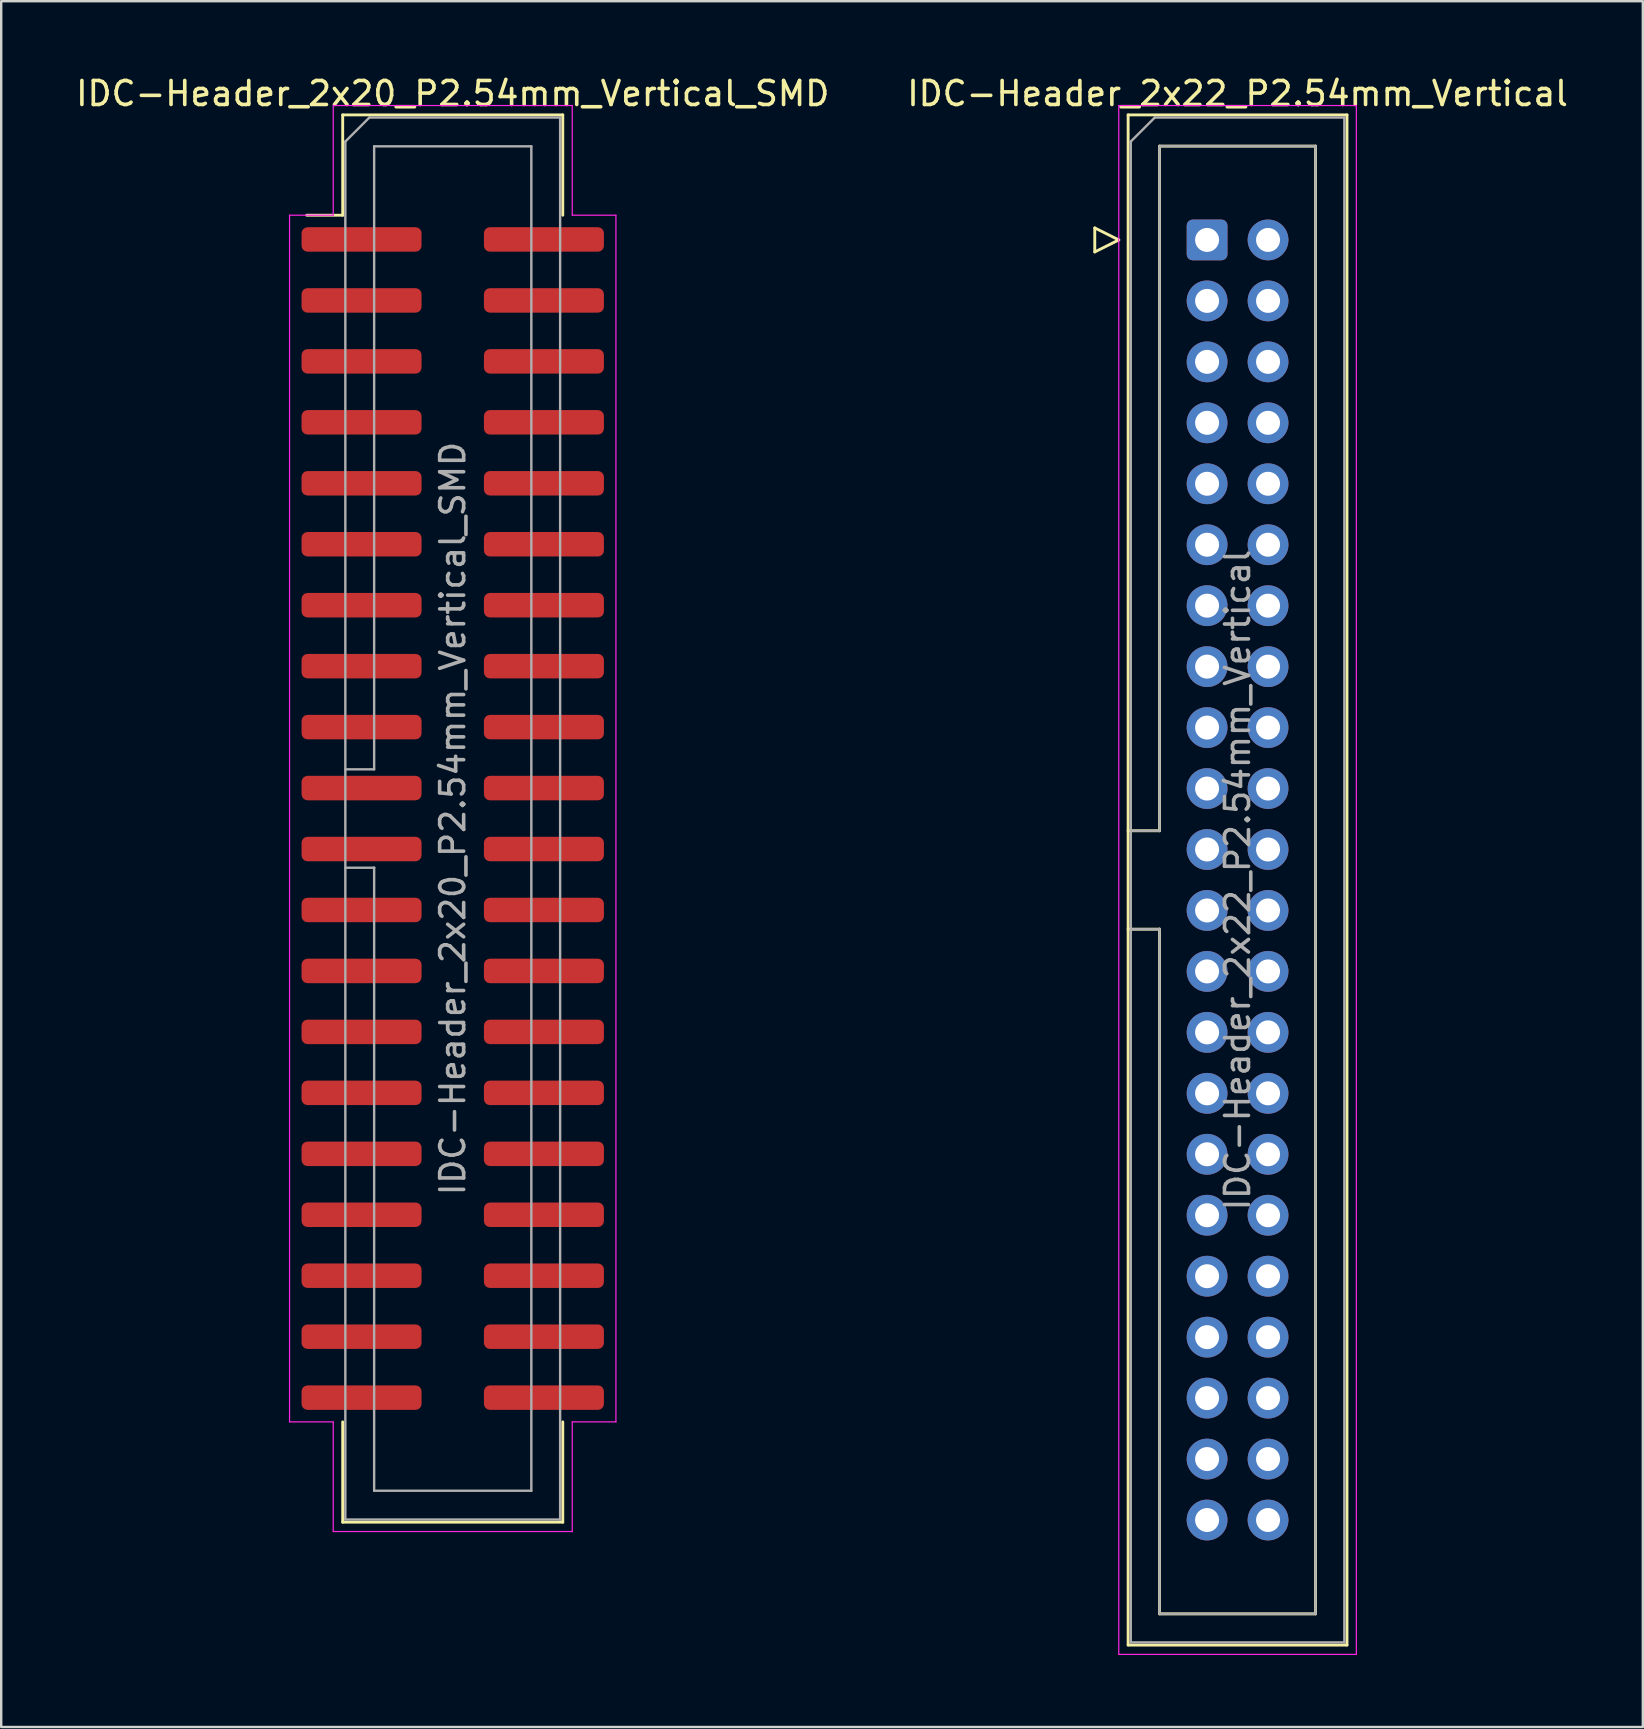
<source format=kicad_pcb>
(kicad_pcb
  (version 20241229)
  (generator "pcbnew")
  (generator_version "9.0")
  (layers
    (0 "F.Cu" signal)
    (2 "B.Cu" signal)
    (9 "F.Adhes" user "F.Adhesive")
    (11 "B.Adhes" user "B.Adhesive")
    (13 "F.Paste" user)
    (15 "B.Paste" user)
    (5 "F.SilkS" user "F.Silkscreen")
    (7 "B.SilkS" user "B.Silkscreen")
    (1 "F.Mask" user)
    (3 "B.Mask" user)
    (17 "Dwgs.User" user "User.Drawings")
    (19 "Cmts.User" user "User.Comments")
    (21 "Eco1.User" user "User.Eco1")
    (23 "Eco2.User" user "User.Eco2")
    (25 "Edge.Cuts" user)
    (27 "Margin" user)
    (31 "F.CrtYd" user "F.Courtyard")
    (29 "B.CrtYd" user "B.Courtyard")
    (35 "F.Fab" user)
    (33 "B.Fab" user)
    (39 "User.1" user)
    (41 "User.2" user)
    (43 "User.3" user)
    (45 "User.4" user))
  (footprint "IDC-Header_2x22_P2.54mm_Vertical"
    (layer "F.Cu")
    (at 47.248 6.948)
    (property "Reference" "IDC-Header_2x22_P2.54mm_Vertical" (at 1.27 -6.1 0) (layer "F.SilkS") (effects (font (size 1 1) (thickness 0.15))))
    (attr through_hole)
    (fp_line (start -4.68 -0.5) (end -4.68 0.5) (stroke (width 0.12) (type solid)) (layer "F.SilkS"))
    (fp_line (start -4.68 0.5) (end -3.68 0) (stroke (width 0.12) (type solid)) (layer "F.SilkS"))
    (fp_line (start -3.68 0) (end -4.68 -0.5) (stroke (width 0.12) (type solid)) (layer "F.SilkS"))
    (fp_line (start -3.29 -5.21) (end 5.83 -5.21) (stroke (width 0.12) (type solid)) (layer "F.SilkS"))
    (fp_line (start -3.29 24.62) (end -1.98 24.62) (stroke (width 0.12) (type solid)) (layer "F.SilkS"))
    (fp_line (start -3.29 58.55) (end -3.29 -5.21) (stroke (width 0.12) (type solid)) (layer "F.SilkS"))
    (fp_line (start -1.98 -3.91) (end 4.52 -3.91) (stroke (width 0.12) (type solid)) (layer "F.SilkS"))
    (fp_line (start -1.98 24.62) (end -1.98 -3.91) (stroke (width 0.12) (type solid)) (layer "F.SilkS"))
    (fp_line (start -1.98 28.72) (end -3.29 28.72) (stroke (width 0.12) (type solid)) (layer "F.SilkS"))
    (fp_line (start -1.98 28.72) (end -1.98 28.72) (stroke (width 0.12) (type solid)) (layer "F.SilkS"))
    (fp_line (start -1.98 57.25) (end -1.98 28.72) (stroke (width 0.12) (type solid)) (layer "F.SilkS"))
    (fp_line (start 4.52 -3.91) (end 4.52 57.25) (stroke (width 0.12) (type solid)) (layer "F.SilkS"))
    (fp_line (start 4.52 57.25) (end -1.98 57.25) (stroke (width 0.12) (type solid)) (layer "F.SilkS"))
    (fp_line (start 5.83 -5.21) (end 5.83 58.55) (stroke (width 0.12) (type solid)) (layer "F.SilkS"))
    (fp_line (start 5.83 58.55) (end -3.29 58.55) (stroke (width 0.12) (type solid)) (layer "F.SilkS"))
    (fp_line (start -3.68 -5.6) (end -3.68 58.94) (stroke (width 0.05) (type solid)) (layer "F.CrtYd"))
    (fp_line (start -3.68 58.94) (end 6.22 58.94) (stroke (width 0.05) (type solid)) (layer "F.CrtYd"))
    (fp_line (start 6.22 -5.6) (end -3.68 -5.6) (stroke (width 0.05) (type solid)) (layer "F.CrtYd"))
    (fp_line (start 6.22 58.94) (end 6.22 -5.6) (stroke (width 0.05) (type solid)) (layer "F.CrtYd"))
    (fp_line (start -3.18 -4.1) (end -2.18 -5.1) (stroke (width 0.1) (type solid)) (layer "F.Fab"))
    (fp_line (start -3.18 24.62) (end -1.98 24.62) (stroke (width 0.1) (type solid)) (layer "F.Fab"))
    (fp_line (start -3.18 58.44) (end -3.18 -4.1) (stroke (width 0.1) (type solid)) (layer "F.Fab"))
    (fp_line (start -2.18 -5.1) (end 5.72 -5.1) (stroke (width 0.1) (type solid)) (layer "F.Fab"))
    (fp_line (start -1.98 -3.91) (end 4.52 -3.91) (stroke (width 0.1) (type solid)) (layer "F.Fab"))
    (fp_line (start -1.98 24.62) (end -1.98 -3.91) (stroke (width 0.1) (type solid)) (layer "F.Fab"))
    (fp_line (start -1.98 28.72) (end -3.18 28.72) (stroke (width 0.1) (type solid)) (layer "F.Fab"))
    (fp_line (start -1.98 28.72) (end -1.98 28.72) (stroke (width 0.1) (type solid)) (layer "F.Fab"))
    (fp_line (start -1.98 57.25) (end -1.98 28.72) (stroke (width 0.1) (type solid)) (layer "F.Fab"))
    (fp_line (start 4.52 -3.91) (end 4.52 57.25) (stroke (width 0.1) (type solid)) (layer "F.Fab"))
    (fp_line (start 4.52 57.25) (end -1.98 57.25) (stroke (width 0.1) (type solid)) (layer "F.Fab"))
    (fp_line (start 5.72 -5.1) (end 5.72 58.44) (stroke (width 0.1) (type solid)) (layer "F.Fab"))
    (fp_line (start 5.72 58.44) (end -3.18 58.44) (stroke (width 0.1) (type solid)) (layer "F.Fab"))
    (fp_text user "${REFERENCE}" (at 1.27 26.67 90) (layer "F.Fab") (effects (font (size 1 1) (thickness 0.15))))
    (pad "1" thru_hole roundrect (at 0 0) (size 1.7 1.7) (drill 1) (layers "*.Cu" "*.Mask") (roundrect_rratio 0.147))
    (pad "2" thru_hole circle (at 2.54 0) (size 1.7 1.7) (drill 1) (layers "*.Cu" "*.Mask"))
    (pad "3" thru_hole circle (at 0 2.54) (size 1.7 1.7) (drill 1) (layers "*.Cu" "*.Mask"))
    (pad "4" thru_hole circle (at 2.54 2.54) (size 1.7 1.7) (drill 1) (layers "*.Cu" "*.Mask"))
    (pad "5" thru_hole circle (at 0 5.08) (size 1.7 1.7) (drill 1) (layers "*.Cu" "*.Mask"))
    (pad "6" thru_hole circle (at 2.54 5.08) (size 1.7 1.7) (drill 1) (layers "*.Cu" "*.Mask"))
    (pad "7" thru_hole circle (at 0 7.62) (size 1.7 1.7) (drill 1) (layers "*.Cu" "*.Mask"))
    (pad "8" thru_hole circle (at 2.54 7.62) (size 1.7 1.7) (drill 1) (layers "*.Cu" "*.Mask"))
    (pad "9" thru_hole circle (at 0 10.16) (size 1.7 1.7) (drill 1) (layers "*.Cu" "*.Mask"))
    (pad "10" thru_hole circle (at 2.54 10.16) (size 1.7 1.7) (drill 1) (layers "*.Cu" "*.Mask"))
    (pad "11" thru_hole circle (at 0 12.7) (size 1.7 1.7) (drill 1) (layers "*.Cu" "*.Mask"))
    (pad "12" thru_hole circle (at 2.54 12.7) (size 1.7 1.7) (drill 1) (layers "*.Cu" "*.Mask"))
    (pad "13" thru_hole circle (at 0 15.24) (size 1.7 1.7) (drill 1) (layers "*.Cu" "*.Mask"))
    (pad "14" thru_hole circle (at 2.54 15.24) (size 1.7 1.7) (drill 1) (layers "*.Cu" "*.Mask"))
    (pad "15" thru_hole circle (at 0 17.78) (size 1.7 1.7) (drill 1) (layers "*.Cu" "*.Mask"))
    (pad "16" thru_hole circle (at 2.54 17.78) (size 1.7 1.7) (drill 1) (layers "*.Cu" "*.Mask"))
    (pad "17" thru_hole circle (at 0 20.32) (size 1.7 1.7) (drill 1) (layers "*.Cu" "*.Mask"))
    (pad "18" thru_hole circle (at 2.54 20.32) (size 1.7 1.7) (drill 1) (layers "*.Cu" "*.Mask"))
    (pad "19" thru_hole circle (at 0 22.86) (size 1.7 1.7) (drill 1) (layers "*.Cu" "*.Mask"))
    (pad "20" thru_hole circle (at 2.54 22.86) (size 1.7 1.7) (drill 1) (layers "*.Cu" "*.Mask"))
    (pad "21" thru_hole circle (at 0 25.4) (size 1.7 1.7) (drill 1) (layers "*.Cu" "*.Mask"))
    (pad "22" thru_hole circle (at 2.54 25.4) (size 1.7 1.7) (drill 1) (layers "*.Cu" "*.Mask"))
    (pad "23" thru_hole circle (at 0 27.94) (size 1.7 1.7) (drill 1) (layers "*.Cu" "*.Mask"))
    (pad "24" thru_hole circle (at 2.54 27.94) (size 1.7 1.7) (drill 1) (layers "*.Cu" "*.Mask"))
    (pad "25" thru_hole circle (at 0 30.48) (size 1.7 1.7) (drill 1) (layers "*.Cu" "*.Mask"))
    (pad "26" thru_hole circle (at 2.54 30.48) (size 1.7 1.7) (drill 1) (layers "*.Cu" "*.Mask"))
    (pad "27" thru_hole circle (at 0 33.02) (size 1.7 1.7) (drill 1) (layers "*.Cu" "*.Mask"))
    (pad "28" thru_hole circle (at 2.54 33.02) (size 1.7 1.7) (drill 1) (layers "*.Cu" "*.Mask"))
    (pad "29" thru_hole circle (at 0 35.56) (size 1.7 1.7) (drill 1) (layers "*.Cu" "*.Mask"))
    (pad "30" thru_hole circle (at 2.54 35.56) (size 1.7 1.7) (drill 1) (layers "*.Cu" "*.Mask"))
    (pad "31" thru_hole circle (at 0 38.1) (size 1.7 1.7) (drill 1) (layers "*.Cu" "*.Mask"))
    (pad "32" thru_hole circle (at 2.54 38.1) (size 1.7 1.7) (drill 1) (layers "*.Cu" "*.Mask"))
    (pad "33" thru_hole circle (at 0 40.64) (size 1.7 1.7) (drill 1) (layers "*.Cu" "*.Mask"))
    (pad "34" thru_hole circle (at 2.54 40.64) (size 1.7 1.7) (drill 1) (layers "*.Cu" "*.Mask"))
    (pad "35" thru_hole circle (at 0 43.18) (size 1.7 1.7) (drill 1) (layers "*.Cu" "*.Mask"))
    (pad "36" thru_hole circle (at 2.54 43.18) (size 1.7 1.7) (drill 1) (layers "*.Cu" "*.Mask"))
    (pad "37" thru_hole circle (at 0 45.72) (size 1.7 1.7) (drill 1) (layers "*.Cu" "*.Mask"))
    (pad "38" thru_hole circle (at 2.54 45.72) (size 1.7 1.7) (drill 1) (layers "*.Cu" "*.Mask"))
    (pad "39" thru_hole circle (at 0 48.26) (size 1.7 1.7) (drill 1) (layers "*.Cu" "*.Mask"))
    (pad "40" thru_hole circle (at 2.54 48.26) (size 1.7 1.7) (drill 1) (layers "*.Cu" "*.Mask"))
    (pad "41" thru_hole circle (at 0 50.8) (size 1.7 1.7) (drill 1) (layers "*.Cu" "*.Mask"))
    (pad "42" thru_hole circle (at 2.54 50.8) (size 1.7 1.7) (drill 1) (layers "*.Cu" "*.Mask"))
    (pad "43" thru_hole circle (at 0 53.34) (size 1.7 1.7) (drill 1) (layers "*.Cu" "*.Mask"))
    (pad "44" thru_hole circle (at 2.54 53.34) (size 1.7 1.7) (drill 1) (layers "*.Cu" "*.Mask")))
  (footprint "IDC-Header_2x20_P2.54mm_Vertical_SMD"
    (layer "F.Cu")
    (at 15.815 31.058)
    (property "Reference" "IDC-Header_2x20_P2.54mm_Vertical_SMD" (at 0 -30.21 0) (layer "F.SilkS") (effects (font (size 1 1) (thickness 0.15))))
    (attr smd)
    (fp_line (start -4.585 -29.32) (end 4.585 -29.32) (stroke (width 0.12) (type solid)) (layer "F.SilkS"))
    (fp_line (start -4.585 -25.14) (end -6.085 -25.14) (stroke (width 0.12) (type solid)) (layer "F.SilkS"))
    (fp_line (start -4.585 -25.14) (end -4.585 -29.32) (stroke (width 0.12) (type solid)) (layer "F.SilkS"))
    (fp_line (start -4.585 25.14) (end -4.585 29.32) (stroke (width 0.12) (type solid)) (layer "F.SilkS"))
    (fp_line (start -4.585 29.32) (end 4.585 29.32) (stroke (width 0.12) (type solid)) (layer "F.SilkS"))
    (fp_line (start 4.585 -29.32) (end 4.585 -25.14) (stroke (width 0.12) (type solid)) (layer "F.SilkS"))
    (fp_line (start 4.585 29.32) (end 4.585 25.14) (stroke (width 0.12) (type solid)) (layer "F.SilkS"))
    (fp_line (start -6.8 -25.14) (end -6.8 25.14) (stroke (width 0.05) (type solid)) (layer "F.CrtYd"))
    (fp_line (start -6.8 25.14) (end -4.98 25.14) (stroke (width 0.05) (type solid)) (layer "F.CrtYd"))
    (fp_line (start -4.98 -29.71) (end -4.98 -25.14) (stroke (width 0.05) (type solid)) (layer "F.CrtYd"))
    (fp_line (start -4.98 -25.14) (end -6.8 -25.14) (stroke (width 0.05) (type solid)) (layer "F.CrtYd"))
    (fp_line (start -4.98 25.14) (end -4.98 29.71) (stroke (width 0.05) (type solid)) (layer "F.CrtYd"))
    (fp_line (start -4.98 29.71) (end 4.98 29.71) (stroke (width 0.05) (type solid)) (layer "F.CrtYd"))
    (fp_line (start 4.98 -29.71) (end -4.98 -29.71) (stroke (width 0.05) (type solid)) (layer "F.CrtYd"))
    (fp_line (start 4.98 -25.14) (end 4.98 -29.71) (stroke (width 0.05) (type solid)) (layer "F.CrtYd"))
    (fp_line (start 4.98 25.14) (end 6.8 25.14) (stroke (width 0.05) (type solid)) (layer "F.CrtYd"))
    (fp_line (start 4.98 29.71) (end 4.98 25.14) (stroke (width 0.05) (type solid)) (layer "F.CrtYd"))
    (fp_line (start 6.8 -25.14) (end 4.98 -25.14) (stroke (width 0.05) (type solid)) (layer "F.CrtYd"))
    (fp_line (start 6.8 25.14) (end 6.8 -25.14) (stroke (width 0.05) (type solid)) (layer "F.CrtYd"))
    (fp_line (start -4.475 -28.21) (end -3.475 -29.21) (stroke (width 0.1) (type solid)) (layer "F.Fab"))
    (fp_line (start -4.475 -2.05) (end -3.275 -2.05) (stroke (width 0.1) (type solid)) (layer "F.Fab"))
    (fp_line (start -4.475 29.21) (end -4.475 -28.21) (stroke (width 0.1) (type solid)) (layer "F.Fab"))
    (fp_line (start -3.475 -29.21) (end 4.475 -29.21) (stroke (width 0.1) (type solid)) (layer "F.Fab"))
    (fp_line (start -3.275 -28.01) (end 3.275 -28.01) (stroke (width 0.1) (type solid)) (layer "F.Fab"))
    (fp_line (start -3.275 -2.05) (end -3.275 -28.01) (stroke (width 0.1) (type solid)) (layer "F.Fab"))
    (fp_line (start -3.275 2.05) (end -4.475 2.05) (stroke (width 0.1) (type solid)) (layer "F.Fab"))
    (fp_line (start -3.275 2.05) (end -3.275 2.05) (stroke (width 0.1) (type solid)) (layer "F.Fab"))
    (fp_line (start -3.275 28.01) (end -3.275 2.05) (stroke (width 0.1) (type solid)) (layer "F.Fab"))
    (fp_line (start 3.275 -28.01) (end 3.275 28.01) (stroke (width 0.1) (type solid)) (layer "F.Fab"))
    (fp_line (start 3.275 28.01) (end -3.275 28.01) (stroke (width 0.1) (type solid)) (layer "F.Fab"))
    (fp_line (start 4.475 -29.21) (end 4.475 29.21) (stroke (width 0.1) (type solid)) (layer "F.Fab"))
    (fp_line (start 4.475 29.21) (end -4.475 29.21) (stroke (width 0.1) (type solid)) (layer "F.Fab"))
    (fp_text user "${REFERENCE}" (at 0 0 90) (layer "F.Fab") (effects (font (size 1 1) (thickness 0.15))))
    (pad "1" smd roundrect (at -3.8 -24.13) (size 5 1.02) (layers "F.Cu" "F.Mask" "F.Paste") (roundrect_rratio 0.245))
    (pad "2" smd roundrect (at 3.8 -24.13) (size 5 1.02) (layers "F.Cu" "F.Mask" "F.Paste") (roundrect_rratio 0.245))
    (pad "3" smd roundrect (at -3.8 -21.59) (size 5 1.02) (layers "F.Cu" "F.Mask" "F.Paste") (roundrect_rratio 0.245))
    (pad "4" smd roundrect (at 3.8 -21.59) (size 5 1.02) (layers "F.Cu" "F.Mask" "F.Paste") (roundrect_rratio 0.245))
    (pad "5" smd roundrect (at -3.8 -19.05) (size 5 1.02) (layers "F.Cu" "F.Mask" "F.Paste") (roundrect_rratio 0.245))
    (pad "6" smd roundrect (at 3.8 -19.05) (size 5 1.02) (layers "F.Cu" "F.Mask" "F.Paste") (roundrect_rratio 0.245))
    (pad "7" smd roundrect (at -3.8 -16.51) (size 5 1.02) (layers "F.Cu" "F.Mask" "F.Paste") (roundrect_rratio 0.245))
    (pad "8" smd roundrect (at 3.8 -16.51) (size 5 1.02) (layers "F.Cu" "F.Mask" "F.Paste") (roundrect_rratio 0.245))
    (pad "9" smd roundrect (at -3.8 -13.97) (size 5 1.02) (layers "F.Cu" "F.Mask" "F.Paste") (roundrect_rratio 0.245))
    (pad "10" smd roundrect (at 3.8 -13.97) (size 5 1.02) (layers "F.Cu" "F.Mask" "F.Paste") (roundrect_rratio 0.245))
    (pad "11" smd roundrect (at -3.8 -11.43) (size 5 1.02) (layers "F.Cu" "F.Mask" "F.Paste") (roundrect_rratio 0.245))
    (pad "12" smd roundrect (at 3.8 -11.43) (size 5 1.02) (layers "F.Cu" "F.Mask" "F.Paste") (roundrect_rratio 0.245))
    (pad "13" smd roundrect (at -3.8 -8.89) (size 5 1.02) (layers "F.Cu" "F.Mask" "F.Paste") (roundrect_rratio 0.245))
    (pad "14" smd roundrect (at 3.8 -8.89) (size 5 1.02) (layers "F.Cu" "F.Mask" "F.Paste") (roundrect_rratio 0.245))
    (pad "15" smd roundrect (at -3.8 -6.35) (size 5 1.02) (layers "F.Cu" "F.Mask" "F.Paste") (roundrect_rratio 0.245))
    (pad "16" smd roundrect (at 3.8 -6.35) (size 5 1.02) (layers "F.Cu" "F.Mask" "F.Paste") (roundrect_rratio 0.245))
    (pad "17" smd roundrect (at -3.8 -3.81) (size 5 1.02) (layers "F.Cu" "F.Mask" "F.Paste") (roundrect_rratio 0.245))
    (pad "18" smd roundrect (at 3.8 -3.81) (size 5 1.02) (layers "F.Cu" "F.Mask" "F.Paste") (roundrect_rratio 0.245))
    (pad "19" smd roundrect (at -3.8 -1.27) (size 5 1.02) (layers "F.Cu" "F.Mask" "F.Paste") (roundrect_rratio 0.245))
    (pad "20" smd roundrect (at 3.8 -1.27) (size 5 1.02) (layers "F.Cu" "F.Mask" "F.Paste") (roundrect_rratio 0.245))
    (pad "21" smd roundrect (at -3.8 1.27) (size 5 1.02) (layers "F.Cu" "F.Mask" "F.Paste") (roundrect_rratio 0.245))
    (pad "22" smd roundrect (at 3.8 1.27) (size 5 1.02) (layers "F.Cu" "F.Mask" "F.Paste") (roundrect_rratio 0.245))
    (pad "23" smd roundrect (at -3.8 3.81) (size 5 1.02) (layers "F.Cu" "F.Mask" "F.Paste") (roundrect_rratio 0.245))
    (pad "24" smd roundrect (at 3.8 3.81) (size 5 1.02) (layers "F.Cu" "F.Mask" "F.Paste") (roundrect_rratio 0.245))
    (pad "25" smd roundrect (at -3.8 6.35) (size 5 1.02) (layers "F.Cu" "F.Mask" "F.Paste") (roundrect_rratio 0.245))
    (pad "26" smd roundrect (at 3.8 6.35) (size 5 1.02) (layers "F.Cu" "F.Mask" "F.Paste") (roundrect_rratio 0.245))
    (pad "27" smd roundrect (at -3.8 8.89) (size 5 1.02) (layers "F.Cu" "F.Mask" "F.Paste") (roundrect_rratio 0.245))
    (pad "28" smd roundrect (at 3.8 8.89) (size 5 1.02) (layers "F.Cu" "F.Mask" "F.Paste") (roundrect_rratio 0.245))
    (pad "29" smd roundrect (at -3.8 11.43) (size 5 1.02) (layers "F.Cu" "F.Mask" "F.Paste") (roundrect_rratio 0.245))
    (pad "30" smd roundrect (at 3.8 11.43) (size 5 1.02) (layers "F.Cu" "F.Mask" "F.Paste") (roundrect_rratio 0.245))
    (pad "31" smd roundrect (at -3.8 13.97) (size 5 1.02) (layers "F.Cu" "F.Mask" "F.Paste") (roundrect_rratio 0.245))
    (pad "32" smd roundrect (at 3.8 13.97) (size 5 1.02) (layers "F.Cu" "F.Mask" "F.Paste") (roundrect_rratio 0.245))
    (pad "33" smd roundrect (at -3.8 16.51) (size 5 1.02) (layers "F.Cu" "F.Mask" "F.Paste") (roundrect_rratio 0.245))
    (pad "34" smd roundrect (at 3.8 16.51) (size 5 1.02) (layers "F.Cu" "F.Mask" "F.Paste") (roundrect_rratio 0.245))
    (pad "35" smd roundrect (at -3.8 19.05) (size 5 1.02) (layers "F.Cu" "F.Mask" "F.Paste") (roundrect_rratio 0.245))
    (pad "36" smd roundrect (at 3.8 19.05) (size 5 1.02) (layers "F.Cu" "F.Mask" "F.Paste") (roundrect_rratio 0.245))
    (pad "37" smd roundrect (at -3.8 21.59) (size 5 1.02) (layers "F.Cu" "F.Mask" "F.Paste") (roundrect_rratio 0.245))
    (pad "38" smd roundrect (at 3.8 21.59) (size 5 1.02) (layers "F.Cu" "F.Mask" "F.Paste") (roundrect_rratio 0.245))
    (pad "39" smd roundrect (at -3.8 24.13) (size 5 1.02) (layers "F.Cu" "F.Mask" "F.Paste") (roundrect_rratio 0.245))
    (pad "40" smd roundrect (at 3.8 24.13) (size 5 1.02) (layers "F.Cu" "F.Mask" "F.Paste") (roundrect_rratio 0.245)))
  (gr_rect
    (start -3 -3)
    (end 65.405 68.913)
    (stroke (width 0.1) (type default))
    (fill no)
    (layer "Edge.Cuts")))
</source>
